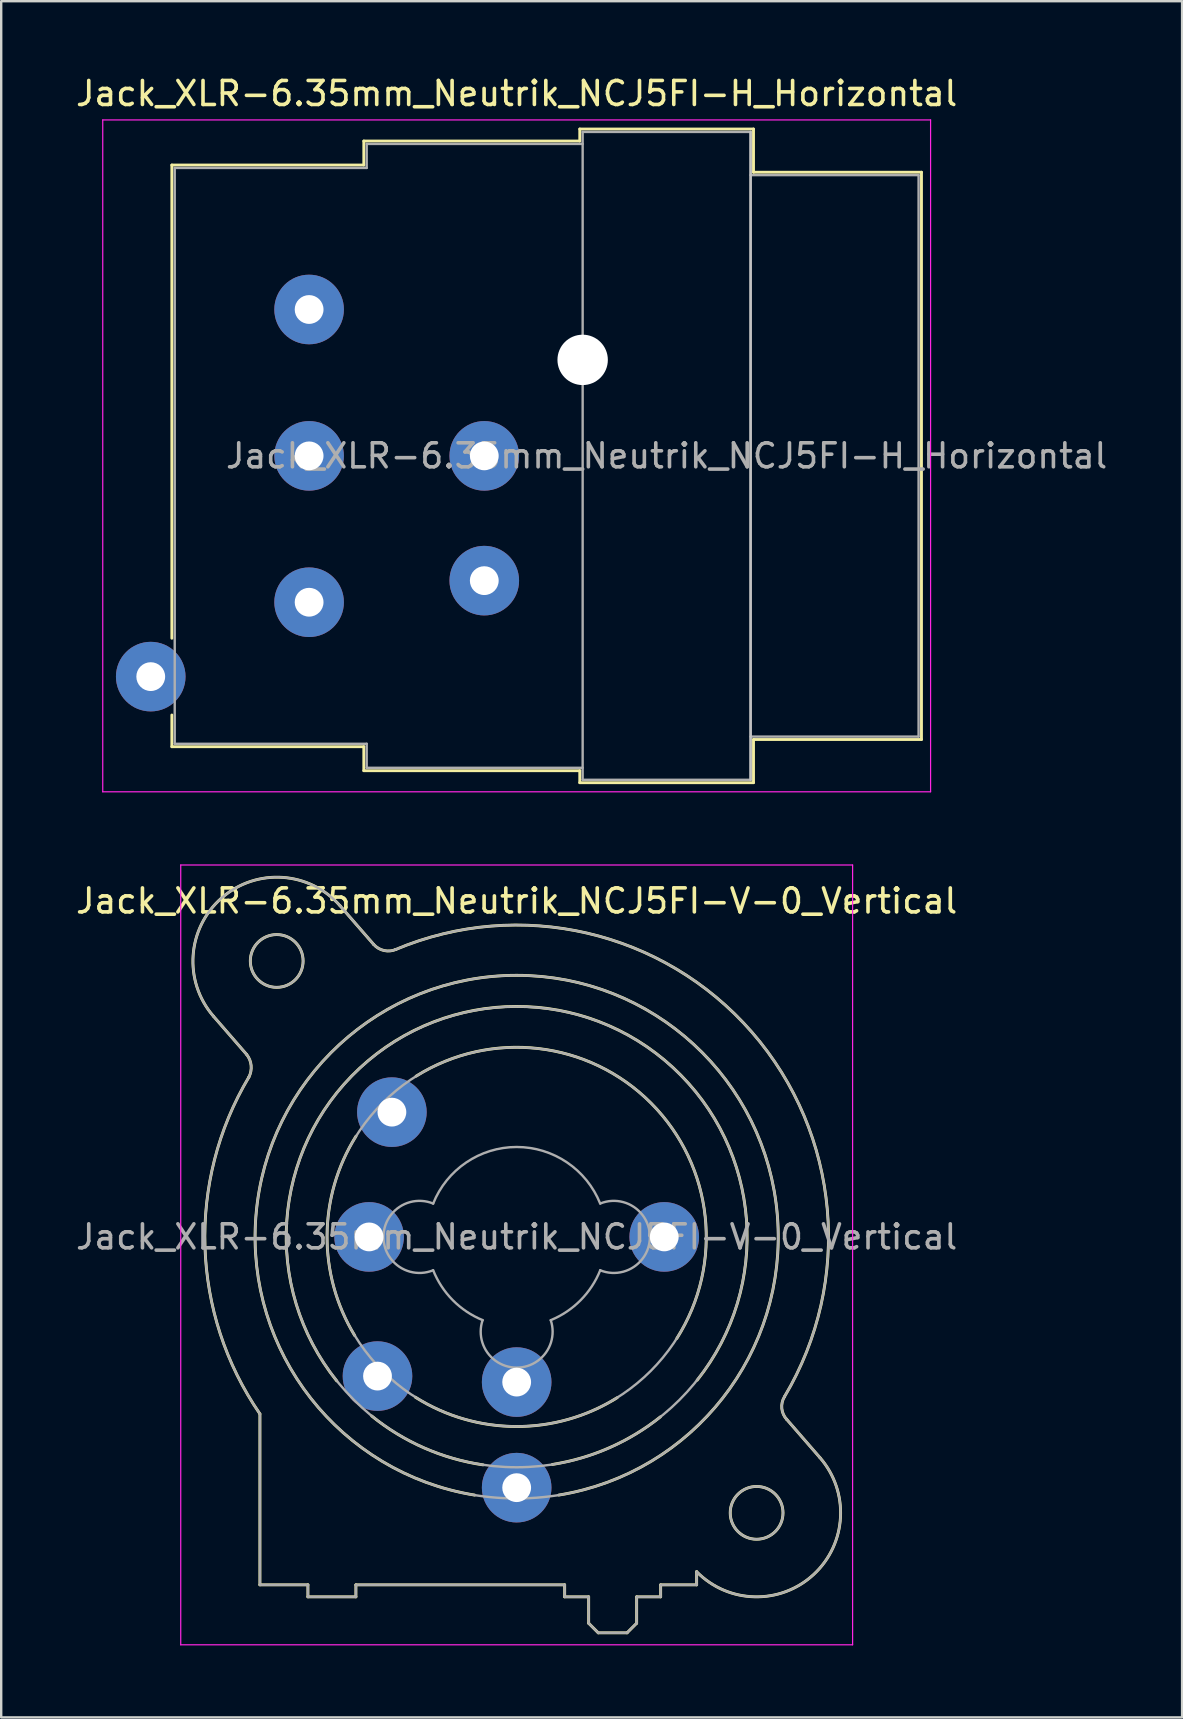
<source format=kicad_pcb>
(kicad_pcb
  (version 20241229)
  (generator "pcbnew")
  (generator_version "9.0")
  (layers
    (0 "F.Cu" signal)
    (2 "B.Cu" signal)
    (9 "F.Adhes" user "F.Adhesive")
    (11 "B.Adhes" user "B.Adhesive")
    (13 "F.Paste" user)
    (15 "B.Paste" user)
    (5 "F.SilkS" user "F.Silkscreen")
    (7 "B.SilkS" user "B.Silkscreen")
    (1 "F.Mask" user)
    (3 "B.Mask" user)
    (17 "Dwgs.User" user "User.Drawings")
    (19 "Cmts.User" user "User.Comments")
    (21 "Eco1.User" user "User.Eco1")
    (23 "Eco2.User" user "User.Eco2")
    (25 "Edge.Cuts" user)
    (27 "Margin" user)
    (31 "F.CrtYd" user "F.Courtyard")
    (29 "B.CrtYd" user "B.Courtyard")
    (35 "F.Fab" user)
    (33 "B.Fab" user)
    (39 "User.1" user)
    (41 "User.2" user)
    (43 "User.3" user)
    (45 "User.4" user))
  (footprint "Jack_XLR-6.35mm_Neutrik_NCJ5FI-H_Horizontal"
    (layer "F.Cu")
    (at 9.832 9.848)
    (property "Reference" "Jack_XLR-6.35mm_Neutrik_NCJ5FI-H_Horizontal" (at 8.65 -9 0) (layer "F.SilkS") (effects (font (size 1 1) (thickness 0.15))))
    (attr through_hole)
    (fp_line (start -5.72 -6.02) (end -5.72 13.7) (stroke (width 0.12) (type solid)) (layer "F.SilkS"))
    (fp_line (start -5.72 16.9) (end -5.72 18.22) (stroke (width 0.12) (type solid)) (layer "F.SilkS"))
    (fp_line (start 2.28 -7.02) (end 2.28 -6.02) (stroke (width 0.12) (type solid)) (layer "F.SilkS"))
    (fp_line (start 2.28 -6.02) (end -5.72 -6.02) (stroke (width 0.12) (type solid)) (layer "F.SilkS"))
    (fp_line (start 2.28 18.22) (end -5.72 18.22) (stroke (width 0.12) (type solid)) (layer "F.SilkS"))
    (fp_line (start 2.28 19.22) (end 2.28 18.22) (stroke (width 0.12) (type solid)) (layer "F.SilkS"))
    (fp_line (start 11.28 -7.02) (end 2.28 -7.02) (stroke (width 0.12) (type solid)) (layer "F.SilkS"))
    (fp_line (start 11.28 -7.02) (end 11.28 -7.52) (stroke (width 0.12) (type solid)) (layer "F.SilkS"))
    (fp_line (start 11.28 19.22) (end 2.28 19.22) (stroke (width 0.12) (type solid)) (layer "F.SilkS"))
    (fp_line (start 11.28 19.72) (end 11.28 19.22) (stroke (width 0.12) (type solid)) (layer "F.SilkS"))
    (fp_line (start 18.52 -7.52) (end 11.28 -7.52) (stroke (width 0.12) (type solid)) (layer "F.SilkS"))
    (fp_line (start 18.52 -7.52) (end 18.52 -5.72) (stroke (width 0.12) (type solid)) (layer "F.SilkS"))
    (fp_line (start 18.52 -5.72) (end 25.52 -5.72) (stroke (width 0.12) (type solid)) (layer "F.SilkS"))
    (fp_line (start 18.52 17.92) (end 18.52 19.72) (stroke (width 0.12) (type solid)) (layer "F.SilkS"))
    (fp_line (start 18.52 17.92) (end 25.52 17.92) (stroke (width 0.12) (type solid)) (layer "F.SilkS"))
    (fp_line (start 18.52 19.72) (end 11.28 19.72) (stroke (width 0.12) (type solid)) (layer "F.SilkS"))
    (fp_line (start 25.52 -5.72) (end 25.52 17.92) (stroke (width 0.12) (type solid)) (layer "F.SilkS"))
    (fp_line (start 18.4 -7.4) (end 18.4 19.6) (stroke (width 0.1) (type solid)) (layer "Dwgs.User"))
    (fp_line (start -8.6 -7.9) (end -8.6 20.1) (stroke (width 0.05) (type solid)) (layer "F.CrtYd"))
    (fp_line (start 25.9 -7.9) (end -8.6 -7.9) (stroke (width 0.05) (type solid)) (layer "F.CrtYd"))
    (fp_line (start 25.9 -7.9) (end 25.9 20.1) (stroke (width 0.05) (type solid)) (layer "F.CrtYd"))
    (fp_line (start 25.9 20.1) (end -8.6 20.1) (stroke (width 0.05) (type solid)) (layer "F.CrtYd"))
    (fp_line (start -5.6 -5.9) (end -5.6 18.1) (stroke (width 0.1) (type solid)) (layer "F.Fab"))
    (fp_line (start -5.6 18.1) (end 2.4 18.1) (stroke (width 0.1) (type solid)) (layer "F.Fab"))
    (fp_line (start 2.4 -6.9) (end 2.4 -5.9) (stroke (width 0.1) (type solid)) (layer "F.Fab"))
    (fp_line (start 2.4 -5.9) (end -5.6 -5.9) (stroke (width 0.1) (type solid)) (layer "F.Fab"))
    (fp_line (start 2.4 18.1) (end 2.4 19.1) (stroke (width 0.1) (type solid)) (layer "F.Fab"))
    (fp_line (start 2.4 19.1) (end 11.4 19.1) (stroke (width 0.1) (type solid)) (layer "F.Fab"))
    (fp_line (start 11.4 -7.4) (end 18.4 -7.4) (stroke (width 0.1) (type solid)) (layer "F.Fab"))
    (fp_line (start 11.4 -6.9) (end 2.4 -6.9) (stroke (width 0.1) (type solid)) (layer "F.Fab"))
    (fp_line (start 11.4 19.6) (end 11.4 -7.4) (stroke (width 0.1) (type solid)) (layer "F.Fab"))
    (fp_line (start 18.4 -7.4) (end 18.4 19.6) (stroke (width 0.1) (type solid)) (layer "F.Fab"))
    (fp_line (start 18.4 -5.6) (end 25.4 -5.6) (stroke (width 0.1) (type solid)) (layer "F.Fab"))
    (fp_line (start 18.4 19.6) (end 11.4 19.6) (stroke (width 0.1) (type solid)) (layer "F.Fab"))
    (fp_line (start 25.4 -5.6) (end 25.4 17.8) (stroke (width 0.1) (type solid)) (layer "F.Fab"))
    (fp_line (start 25.4 17.8) (end 18.4 17.8) (stroke (width 0.1) (type solid)) (layer "F.Fab"))
    (fp_text user "${REFERENCE}" (at 14.9 6.1 0) (layer "F.Fab") (effects (font (size 1 1) (thickness 0.15))))
    (pad "" np_thru_hole circle (at 11.4 2.1) (size 2.1 2.1) (drill 2.1) (layers "*.Cu" "*.Mask"))
    (pad "1" thru_hole circle (at 0 0) (size 2.9 2.9) (drill 1.2) (layers "*.Cu" "*.Mask"))
    (pad "2" thru_hole circle (at 0 12.2) (size 2.9 2.9) (drill 1.2) (layers "*.Cu" "*.Mask"))
    (pad "3" thru_hole circle (at 0 6.1) (size 2.9 2.9) (drill 1.2) (layers "*.Cu" "*.Mask"))
    (pad "G" thru_hole circle (at 7.3 6.1) (size 2.9 2.9) (drill 1.2) (layers "*.Cu" "*.Mask"))
    (pad "S" thru_hole circle (at 7.3 11.3) (size 2.9 2.9) (drill 1.2) (layers "*.Cu" "*.Mask"))
    (pad "T" thru_hole circle (at -6.6 15.3) (size 2.9 2.9) (drill 1.2) (layers "*.Cu" "*.Mask")))
  (footprint "Jack_XLR-6.35mm_Neutrik_NCJ5FI-V-0_Vertical"
    (layer "F.Cu")
    (at 24.632 48.498)
    (property "Reference" "Jack_XLR-6.35mm_Neutrik_NCJ5FI-V-0_Vertical" (at -6.15 -14 0) (layer "F.SilkS") (effects (font (size 1 1) (thickness 0.15))))
    (attr through_hole)
    (fp_line (start -17.4 -7.6) (end -18.79 -9.2) (stroke (width 0.12) (type solid)) (layer "F.SilkS"))
    (fp_line (start -16.85 14.5) (end -16.85 7.38) (stroke (width 0.12) (type solid)) (layer "F.SilkS"))
    (fp_line (start -14.85 14.5) (end -16.85 14.5) (stroke (width 0.12) (type solid)) (layer "F.SilkS"))
    (fp_line (start -14.85 14.5) (end -14.85 15) (stroke (width 0.12) (type solid)) (layer "F.SilkS"))
    (fp_line (start -13.51 -13.8) (end -12.11 -12.19) (stroke (width 0.12) (type solid)) (layer "F.SilkS"))
    (fp_line (start -12.85 14.5) (end -12.85 15) (stroke (width 0.12) (type solid)) (layer "F.SilkS"))
    (fp_line (start -12.85 15) (end -14.85 15) (stroke (width 0.12) (type solid)) (layer "F.SilkS"))
    (fp_line (start -4.15 14.5) (end -12.85 14.5) (stroke (width 0.12) (type solid)) (layer "F.SilkS"))
    (fp_line (start -4.15 14.5) (end -4.15 15) (stroke (width 0.12) (type solid)) (layer "F.SilkS"))
    (fp_line (start -3.15 15) (end -4.15 15) (stroke (width 0.12) (type solid)) (layer "F.SilkS"))
    (fp_line (start -3.15 15) (end -3.15 16.1) (stroke (width 0.12) (type solid)) (layer "F.SilkS"))
    (fp_line (start -3.15 16.1) (end -2.75 16.5) (stroke (width 0.12) (type solid)) (layer "F.SilkS"))
    (fp_line (start -1.55 16.5) (end -2.75 16.5) (stroke (width 0.12) (type solid)) (layer "F.SilkS"))
    (fp_line (start -1.15 15) (end -1.15 16.1) (stroke (width 0.12) (type solid)) (layer "F.SilkS"))
    (fp_line (start -1.15 16.1) (end -1.55 16.5) (stroke (width 0.12) (type solid)) (layer "F.SilkS"))
    (fp_line (start -0.15 14.5) (end -0.15 15) (stroke (width 0.12) (type solid)) (layer "F.SilkS"))
    (fp_line (start -0.15 15) (end -1.15 15) (stroke (width 0.12) (type solid)) (layer "F.SilkS"))
    (fp_line (start 1.35 13.95) (end 1.35 14.5) (stroke (width 0.12) (type solid)) (layer "F.SilkS"))
    (fp_line (start 1.35 14.5) (end -0.15 14.5) (stroke (width 0.12) (type solid)) (layer "F.SilkS"))
    (fp_line (start 5.1 7.6) (end 6.49 9.2) (stroke (width 0.12) (type solid)) (layer "F.SilkS"))
    (fp_arc (start -18.79 -9.2) (mid -18.45 -14.14) (end -13.51 -13.8) (stroke (width 0.12) (type solid)) (layer "F.SilkS"))
    (fp_arc (start -17.400452 -7.59955) (mid -17.216295 -7.14315) (end -17.31 -6.66) (stroke (width 0.12) (type solid)) (layer "F.SilkS"))
    (fp_arc (start -16.851206 7.374645) (mid -19.139261 0.42462) (end -17.31 -6.66) (stroke (width 0.12) (type solid)) (layer "F.SilkS"))
    (fp_arc (start -13.65 6) (mid -6.168408 -9.604669) (end 1.372943 5.971208) (stroke (width 0.12) (type solid)) (layer "F.SilkS"))
    (fp_arc (start -12.9 4.11) (mid -14.052663 -0.0501) (end -12.847348 -4.195251) (stroke (width 0.12) (type solid)) (layer "F.SilkS"))
    (fp_arc (start -11.201352 -11.974349) (mid 3.655031 -8.530097) (end 5.01 6.66) (stroke (width 0.12) (type solid)) (layer "F.SilkS"))
    (fp_arc (start -11.177539 -11.981856) (mid -11.677484 -11.93489) (end -12.11 -12.19) (stroke (width 0.12) (type solid)) (layer "F.SilkS"))
    (fp_arc (start -10.34 -6.7) (mid -0.544787 -5.570251) (end 0.523653 4.231839) (stroke (width 0.12) (type solid)) (layer "F.SilkS"))
    (fp_arc (start -7.9 10.76) (mid -6.152346 -10.90138) (end -4.395368 10.759246) (stroke (width 0.12) (type solid)) (layer "F.SilkS"))
    (fp_arc (start -7.55 9.5) (mid -10.007174 8.793873) (end -12.190932 7.464391) (stroke (width 0.12) (type solid)) (layer "F.SilkS"))
    (fp_arc (start -1.96 6.7) (mid -6.167825 7.902264) (end -10.370184 6.681029) (stroke (width 0.12) (type solid)) (layer "F.SilkS"))
    (fp_arc (start -0.16 7.5) (mid -2.282236 8.784674) (end -4.662837 9.482534) (stroke (width 0.12) (type solid)) (layer "F.SilkS"))
    (fp_arc (start 5.109394 7.611661) (mid 4.900255 7.152483) (end 5.01 6.66) (stroke (width 0.12) (type solid)) (layer "F.SilkS"))
    (fp_arc (start 6.49 9.2) (mid 6.227307 14.070606) (end 1.351052 13.95252) (stroke (width 0.12) (type solid)) (layer "F.SilkS"))
    (fp_circle (center -16.15 -11.5) (end -15.05 -11.5) (stroke (width 0.12) (type solid)) (fill no) (layer "F.SilkS"))
    (fp_circle (center 3.85 11.5) (end 4.95 11.5) (stroke (width 0.12) (type solid)) (fill no) (layer "F.SilkS"))
    (fp_line (start -20.15 -15.5) (end 7.85 -15.5) (stroke (width 0.05) (type solid)) (layer "F.CrtYd"))
    (fp_line (start -20.15 17) (end -20.15 -15.5) (stroke (width 0.05) (type solid)) (layer "F.CrtYd"))
    (fp_line (start 7.85 -15.5) (end 7.85 17) (stroke (width 0.05) (type solid)) (layer "F.CrtYd"))
    (fp_line (start 7.85 17) (end -20.15 17) (stroke (width 0.05) (type solid)) (layer "F.CrtYd"))
    (fp_line (start -17.4 -7.6) (end -18.79 -9.2) (stroke (width 0.1) (type solid)) (layer "F.Fab"))
    (fp_line (start -16.85 14.5) (end -16.85 7.38) (stroke (width 0.1) (type solid)) (layer "F.Fab"))
    (fp_line (start -14.85 14.5) (end -16.85 14.5) (stroke (width 0.1) (type solid)) (layer "F.Fab"))
    (fp_line (start -14.85 14.5) (end -14.85 15) (stroke (width 0.1) (type solid)) (layer "F.Fab"))
    (fp_line (start -13.51 -13.8) (end -12.11 -12.19) (stroke (width 0.1) (type solid)) (layer "F.Fab"))
    (fp_line (start -12.85 14.5) (end -12.85 15) (stroke (width 0.1) (type solid)) (layer "F.Fab"))
    (fp_line (start -12.85 15) (end -14.85 15) (stroke (width 0.1) (type solid)) (layer "F.Fab"))
    (fp_line (start -4.15 14.5) (end -12.85 14.5) (stroke (width 0.1) (type solid)) (layer "F.Fab"))
    (fp_line (start -4.15 14.5) (end -4.15 15) (stroke (width 0.1) (type solid)) (layer "F.Fab"))
    (fp_line (start -3.15 15) (end -4.15 15) (stroke (width 0.1) (type solid)) (layer "F.Fab"))
    (fp_line (start -3.15 15) (end -3.15 16.1) (stroke (width 0.1) (type solid)) (layer "F.Fab"))
    (fp_line (start -3.15 16.1) (end -2.75 16.5) (stroke (width 0.1) (type solid)) (layer "F.Fab"))
    (fp_line (start -1.55 16.5) (end -2.75 16.5) (stroke (width 0.1) (type solid)) (layer "F.Fab"))
    (fp_line (start -1.15 15) (end -1.15 16.1) (stroke (width 0.1) (type solid)) (layer "F.Fab"))
    (fp_line (start -1.15 16.1) (end -1.55 16.5) (stroke (width 0.1) (type solid)) (layer "F.Fab"))
    (fp_line (start -0.15 14.5) (end -0.15 15) (stroke (width 0.1) (type solid)) (layer "F.Fab"))
    (fp_line (start -0.15 15) (end -1.15 15) (stroke (width 0.1) (type solid)) (layer "F.Fab"))
    (fp_line (start 1.35 13.95) (end 1.35 14.5) (stroke (width 0.1) (type solid)) (layer "F.Fab"))
    (fp_line (start 1.35 14.5) (end -0.15 14.5) (stroke (width 0.1) (type solid)) (layer "F.Fab"))
    (fp_line (start 5.1 7.6) (end 6.49 9.2) (stroke (width 0.1) (type solid)) (layer "F.Fab"))
    (fp_arc (start -18.79 -9.2) (mid -18.45 -14.14) (end -13.51 -13.8) (stroke (width 0.1) (type solid)) (layer "F.Fab"))
    (fp_arc (start -17.400452 -7.59955) (mid -17.216295 -7.14315) (end -17.31 -6.66) (stroke (width 0.1) (type solid)) (layer "F.Fab"))
    (fp_arc (start -16.851206 7.374645) (mid -19.139261 0.42462) (end -17.31 -6.66) (stroke (width 0.1) (type solid)) (layer "F.Fab"))
    (fp_arc (start -11.201352 -11.974349) (mid 3.655031 -8.530097) (end 5.01 6.66) (stroke (width 0.1) (type solid)) (layer "F.Fab"))
    (fp_arc (start -11.177539 -11.981856) (mid -11.677484 -11.93489) (end -12.11 -12.19) (stroke (width 0.1) (type solid)) (layer "F.Fab"))
    (fp_arc (start -9.634717 1.391925) (mid -11.702329 -0.002547) (end -9.63 -1.39) (stroke (width 0.1) (type solid)) (layer "F.Fab"))
    (fp_arc (start -9.631116 -1.387204) (mid -6.151505 -3.747333) (end -2.67 -1.39) (stroke (width 0.1) (type solid)) (layer "F.Fab"))
    (fp_arc (start -7.567529 3.468878) (mid -8.810241 2.639246) (end -9.63 1.39) (stroke (width 0.1) (type solid)) (layer "F.Fab"))
    (fp_arc (start -4.729599 3.471189) (mid -6.150627 5.448932) (end -7.57 3.47) (stroke (width 0.1) (type solid)) (layer "F.Fab"))
    (fp_arc (start -2.667476 1.389002) (mid -3.487046 2.639314) (end -4.73 3.47) (stroke (width 0.1) (type solid)) (layer "F.Fab"))
    (fp_arc (start -2.665283 -1.391925) (mid -0.597671 0.002547) (end -2.67 1.39) (stroke (width 0.1) (type solid)) (layer "F.Fab"))
    (fp_arc (start 5.109394 7.611661) (mid 4.900255 7.152483) (end 5.01 6.66) (stroke (width 0.1) (type solid)) (layer "F.Fab"))
    (fp_arc (start 6.49 9.2) (mid 6.227307 14.070606) (end 1.351052 13.95252) (stroke (width 0.1) (type solid)) (layer "F.Fab"))
    (fp_circle (center -16.15 -11.5) (end -15.05 -11.5) (stroke (width 0.1) (type solid)) (fill no) (layer "F.Fab"))
    (fp_circle (center -6.15 0) (end 1.75 0) (stroke (width 0.1) (type solid)) (fill no) (layer "F.Fab"))
    (fp_circle (center -6.15 0) (end 3.45 0) (stroke (width 0.1) (type solid)) (fill no) (layer "F.Fab"))
    (fp_circle (center -6.15 0) (end 4.75 0) (stroke (width 0.1) (type solid)) (fill no) (layer "F.Fab"))
    (fp_circle (center 3.85 11.5) (end 4.95 11.5) (stroke (width 0.1) (type solid)) (fill no) (layer "F.Fab"))
    (fp_text user "${REFERENCE}" (at -6.15 0 0) (layer "F.Fab") (effects (font (size 1 1) (thickness 0.15))))
    (pad "1" thru_hole circle (at 0 0) (size 2.9 2.9) (drill 1.2) (layers "*.Cu" "*.Mask"))
    (pad "2" thru_hole circle (at -12.3 0) (size 2.9 2.9) (drill 1.2) (layers "*.Cu" "*.Mask"))
    (pad "3" thru_hole circle (at -6.15 6.05) (size 2.9 2.9) (drill 1.2) (layers "*.Cu" "*.Mask"))
    (pad "G" thru_hole circle (at -6.15 10.45) (size 2.9 2.9) (drill 1.2) (layers "*.Cu" "*.Mask"))
    (pad "S" thru_hole circle (at -11.95 5.8) (size 2.9 2.9) (drill 1.2) (layers "*.Cu" "*.Mask"))
    (pad "T" thru_hole circle (at -11.35 -5.2) (size 2.9 2.9) (drill 1.2) (layers "*.Cu" "*.Mask")))
  (gr_rect
    (start -3 -3)
    (end 46.214 68.523)
    (stroke (width 0.1) (type default))
    (fill no)
    (layer "Edge.Cuts")))
</source>
